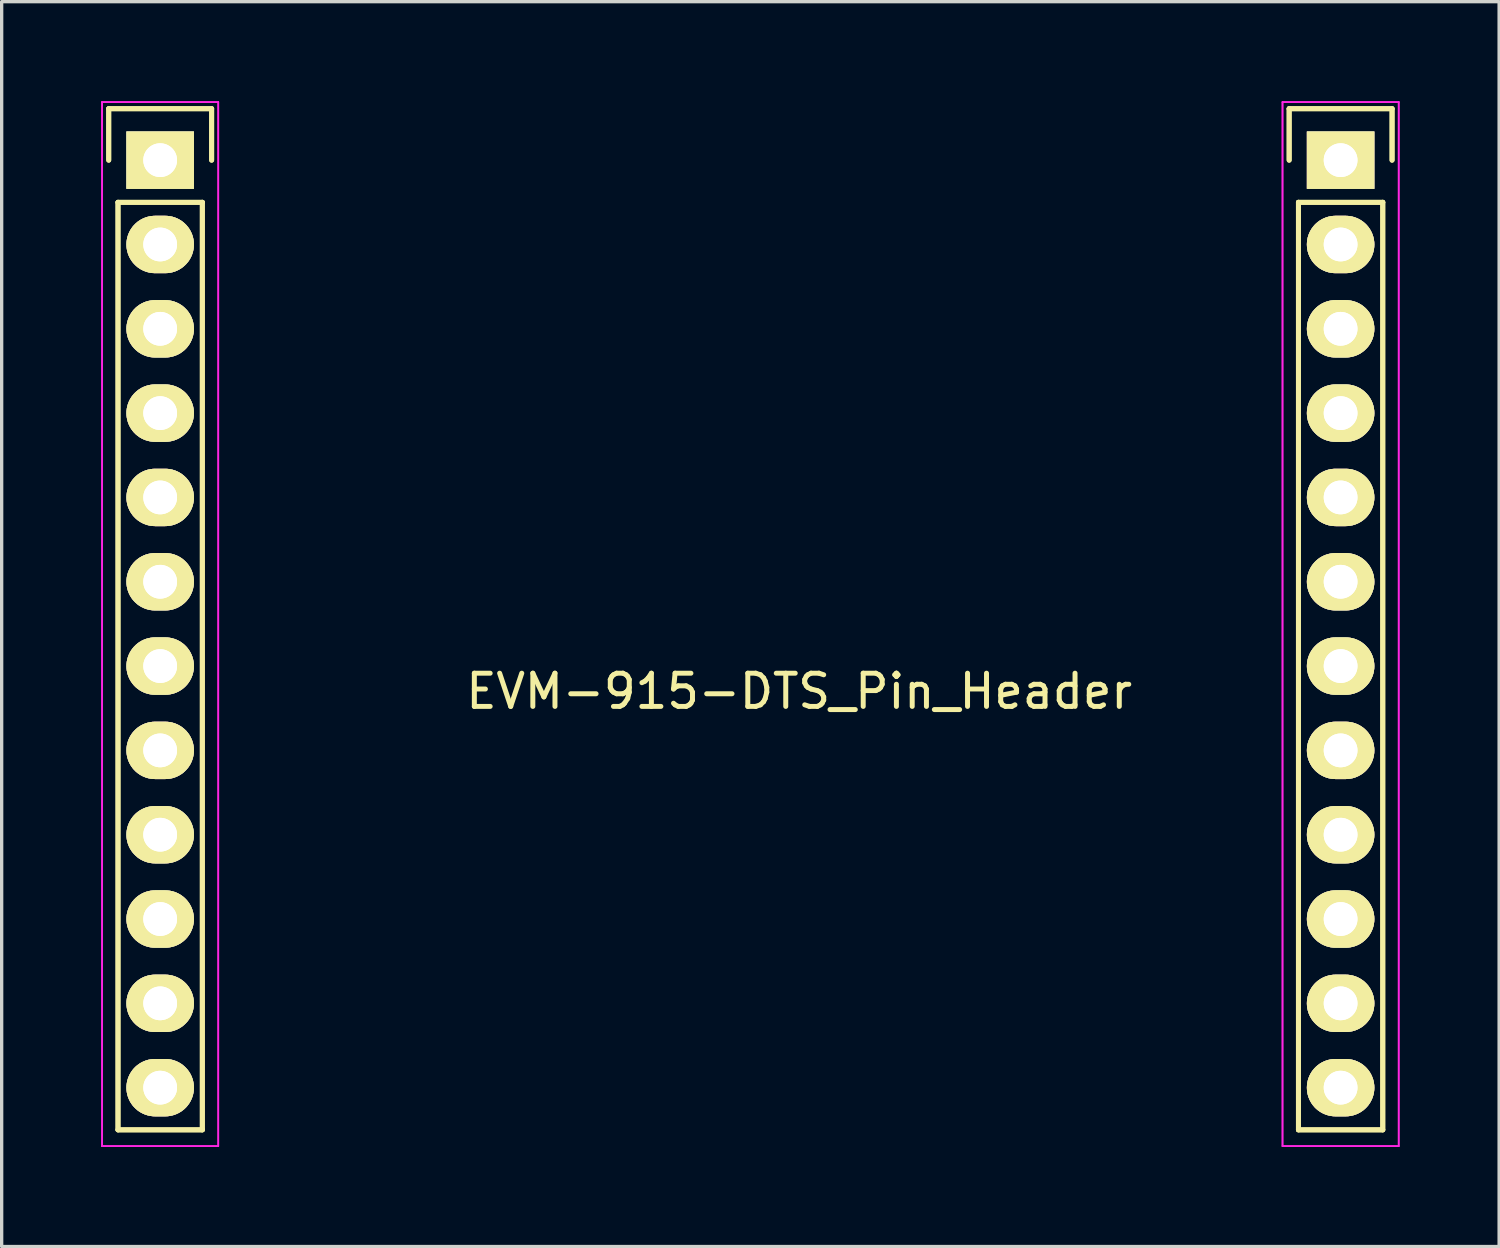
<source format=kicad_pcb>
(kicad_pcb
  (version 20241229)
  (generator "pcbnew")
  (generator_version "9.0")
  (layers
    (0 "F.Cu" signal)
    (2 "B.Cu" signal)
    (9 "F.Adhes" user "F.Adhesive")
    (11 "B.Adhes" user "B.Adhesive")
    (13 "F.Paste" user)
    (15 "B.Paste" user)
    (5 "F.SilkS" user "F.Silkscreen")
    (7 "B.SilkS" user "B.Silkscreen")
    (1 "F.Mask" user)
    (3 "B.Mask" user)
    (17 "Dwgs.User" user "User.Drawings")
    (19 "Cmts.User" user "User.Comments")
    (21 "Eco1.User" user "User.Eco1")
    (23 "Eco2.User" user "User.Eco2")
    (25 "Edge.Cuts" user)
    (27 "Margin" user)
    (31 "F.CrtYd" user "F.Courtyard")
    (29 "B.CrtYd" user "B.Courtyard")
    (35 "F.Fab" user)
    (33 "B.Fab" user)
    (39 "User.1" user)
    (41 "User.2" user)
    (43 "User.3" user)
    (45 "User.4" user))
  (footprint "EVM-915-DTS_Pin_Header"
    (layer "F.Cu")
    (at 1.775 1.775)
    (property "Reference" "EVM-915-DTS_Pin_Header" (at 19.25 16 0) (layer "F.SilkS") (effects (font (size 1 1) (thickness 0.15))))
    (attr through_hole)
    (fp_line (start -1.55 -1.55) (end 1.55 -1.55) (stroke (width 0.15) (type solid)) (layer "F.SilkS"))
    (fp_line (start -1.55 -1.55) (end 1.55 -1.55) (stroke (width 0.15) (type solid)) (layer "F.SilkS"))
    (fp_line (start -1.55 0) (end -1.55 -1.55) (stroke (width 0.15) (type solid)) (layer "F.SilkS"))
    (fp_line (start -1.55 0) (end -1.55 -1.55) (stroke (width 0.15) (type solid)) (layer "F.SilkS"))
    (fp_line (start -1.27 29.21) (end -1.27 1.27) (stroke (width 0.15) (type solid)) (layer "F.SilkS"))
    (fp_line (start -1.27 29.21) (end -1.27 1.27) (stroke (width 0.15) (type solid)) (layer "F.SilkS"))
    (fp_line (start 1.27 1.27) (end -1.27 1.27) (stroke (width 0.15) (type solid)) (layer "F.SilkS"))
    (fp_line (start 1.27 1.27) (end -1.27 1.27) (stroke (width 0.15) (type solid)) (layer "F.SilkS"))
    (fp_line (start 1.27 1.27) (end 1.27 29.21) (stroke (width 0.15) (type solid)) (layer "F.SilkS"))
    (fp_line (start 1.27 1.27) (end 1.27 29.21) (stroke (width 0.15) (type solid)) (layer "F.SilkS"))
    (fp_line (start 1.27 29.21) (end -1.27 29.21) (stroke (width 0.15) (type solid)) (layer "F.SilkS"))
    (fp_line (start 1.27 29.21) (end -1.27 29.21) (stroke (width 0.15) (type solid)) (layer "F.SilkS"))
    (fp_line (start 1.55 -1.55) (end 1.55 0) (stroke (width 0.15) (type solid)) (layer "F.SilkS"))
    (fp_line (start 1.55 -1.55) (end 1.55 0) (stroke (width 0.15) (type solid)) (layer "F.SilkS"))
    (fp_line (start 34.01 -1.55) (end 37.11 -1.55) (stroke (width 0.15) (type solid)) (layer "F.SilkS"))
    (fp_line (start 34.01 -1.55) (end 37.11 -1.55) (stroke (width 0.15) (type solid)) (layer "F.SilkS"))
    (fp_line (start 34.01 0) (end 34.01 -1.55) (stroke (width 0.15) (type solid)) (layer "F.SilkS"))
    (fp_line (start 34.01 0) (end 34.01 -1.55) (stroke (width 0.15) (type solid)) (layer "F.SilkS"))
    (fp_line (start 34.29 29.21) (end 34.29 1.27) (stroke (width 0.15) (type solid)) (layer "F.SilkS"))
    (fp_line (start 34.29 29.21) (end 34.29 1.27) (stroke (width 0.15) (type solid)) (layer "F.SilkS"))
    (fp_line (start 36.83 1.27) (end 34.29 1.27) (stroke (width 0.15) (type solid)) (layer "F.SilkS"))
    (fp_line (start 36.83 1.27) (end 34.29 1.27) (stroke (width 0.15) (type solid)) (layer "F.SilkS"))
    (fp_line (start 36.83 1.27) (end 36.83 29.21) (stroke (width 0.15) (type solid)) (layer "F.SilkS"))
    (fp_line (start 36.83 1.27) (end 36.83 29.21) (stroke (width 0.15) (type solid)) (layer "F.SilkS"))
    (fp_line (start 36.83 29.21) (end 34.29 29.21) (stroke (width 0.15) (type solid)) (layer "F.SilkS"))
    (fp_line (start 36.83 29.21) (end 34.29 29.21) (stroke (width 0.15) (type solid)) (layer "F.SilkS"))
    (fp_line (start 37.11 -1.55) (end 37.11 0) (stroke (width 0.15) (type solid)) (layer "F.SilkS"))
    (fp_line (start 37.11 -1.55) (end 37.11 0) (stroke (width 0.15) (type solid)) (layer "F.SilkS"))
    (fp_line (start -1.75 -1.75) (end -1.75 29.7) (stroke (width 0.05) (type solid)) (layer "F.CrtYd"))
    (fp_line (start -1.75 -1.75) (end -1.75 29.7) (stroke (width 0.05) (type solid)) (layer "F.CrtYd"))
    (fp_line (start -1.75 -1.75) (end 1.75 -1.75) (stroke (width 0.05) (type solid)) (layer "F.CrtYd"))
    (fp_line (start -1.75 -1.75) (end 1.75 -1.75) (stroke (width 0.05) (type solid)) (layer "F.CrtYd"))
    (fp_line (start -1.75 29.7) (end 1.75 29.7) (stroke (width 0.05) (type solid)) (layer "F.CrtYd"))
    (fp_line (start -1.75 29.7) (end 1.75 29.7) (stroke (width 0.05) (type solid)) (layer "F.CrtYd"))
    (fp_line (start 1.75 -1.75) (end 1.75 29.7) (stroke (width 0.05) (type solid)) (layer "F.CrtYd"))
    (fp_line (start 1.75 -1.75) (end 1.75 29.7) (stroke (width 0.05) (type solid)) (layer "F.CrtYd"))
    (fp_line (start 33.81 -1.75) (end 33.81 29.7) (stroke (width 0.05) (type solid)) (layer "F.CrtYd"))
    (fp_line (start 33.81 -1.75) (end 33.81 29.7) (stroke (width 0.05) (type solid)) (layer "F.CrtYd"))
    (fp_line (start 33.81 -1.75) (end 37.31 -1.75) (stroke (width 0.05) (type solid)) (layer "F.CrtYd"))
    (fp_line (start 33.81 -1.75) (end 37.31 -1.75) (stroke (width 0.05) (type solid)) (layer "F.CrtYd"))
    (fp_line (start 33.81 29.7) (end 37.31 29.7) (stroke (width 0.05) (type solid)) (layer "F.CrtYd"))
    (fp_line (start 33.81 29.7) (end 37.31 29.7) (stroke (width 0.05) (type solid)) (layer "F.CrtYd"))
    (fp_line (start 37.31 -1.75) (end 37.31 29.7) (stroke (width 0.05) (type solid)) (layer "F.CrtYd"))
    (fp_line (start 37.31 -1.75) (end 37.31 29.7) (stroke (width 0.05) (type solid)) (layer "F.CrtYd"))
    (pad "1" thru_hole rect (at 0 0) (size 2.032 1.727) (drill 1.016) (layers "*.Cu" "*.Mask" "F.SilkS"))
    (pad "1" thru_hole rect (at 0 0) (size 2.032 1.727) (drill 1.016) (layers "*.Cu" "*.Mask" "F.SilkS"))
    (pad "1" thru_hole rect (at 35.56 0) (size 2.032 1.727) (drill 1.016) (layers "*.Cu" "*.Mask" "F.SilkS"))
    (pad "1" thru_hole rect (at 35.56 0) (size 2.032 1.727) (drill 1.016) (layers "*.Cu" "*.Mask" "F.SilkS"))
    (pad "2" thru_hole oval (at 0 2.54) (size 2.032 1.727) (drill 1.016) (layers "*.Cu" "*.Mask" "F.SilkS"))
    (pad "2" thru_hole oval (at 0 2.54) (size 2.032 1.727) (drill 1.016) (layers "*.Cu" "*.Mask" "F.SilkS"))
    (pad "2" thru_hole oval (at 35.56 2.54) (size 2.032 1.727) (drill 1.016) (layers "*.Cu" "*.Mask" "F.SilkS"))
    (pad "2" thru_hole oval (at 35.56 2.54) (size 2.032 1.727) (drill 1.016) (layers "*.Cu" "*.Mask" "F.SilkS"))
    (pad "3" thru_hole oval (at 0 5.08) (size 2.032 1.727) (drill 1.016) (layers "*.Cu" "*.Mask" "F.SilkS"))
    (pad "3" thru_hole oval (at 0 5.08) (size 2.032 1.727) (drill 1.016) (layers "*.Cu" "*.Mask" "F.SilkS"))
    (pad "3" thru_hole oval (at 35.56 5.08) (size 2.032 1.727) (drill 1.016) (layers "*.Cu" "*.Mask" "F.SilkS"))
    (pad "3" thru_hole oval (at 35.56 5.08) (size 2.032 1.727) (drill 1.016) (layers "*.Cu" "*.Mask" "F.SilkS"))
    (pad "4" thru_hole oval (at 0 7.62) (size 2.032 1.727) (drill 1.016) (layers "*.Cu" "*.Mask" "F.SilkS"))
    (pad "4" thru_hole oval (at 0 7.62) (size 2.032 1.727) (drill 1.016) (layers "*.Cu" "*.Mask" "F.SilkS"))
    (pad "4" thru_hole oval (at 35.56 7.62) (size 2.032 1.727) (drill 1.016) (layers "*.Cu" "*.Mask" "F.SilkS"))
    (pad "4" thru_hole oval (at 35.56 7.62) (size 2.032 1.727) (drill 1.016) (layers "*.Cu" "*.Mask" "F.SilkS"))
    (pad "5" thru_hole oval (at 0 10.16) (size 2.032 1.727) (drill 1.016) (layers "*.Cu" "*.Mask" "F.SilkS"))
    (pad "5" thru_hole oval (at 0 10.16) (size 2.032 1.727) (drill 1.016) (layers "*.Cu" "*.Mask" "F.SilkS"))
    (pad "5" thru_hole oval (at 35.56 10.16) (size 2.032 1.727) (drill 1.016) (layers "*.Cu" "*.Mask" "F.SilkS"))
    (pad "5" thru_hole oval (at 35.56 10.16) (size 2.032 1.727) (drill 1.016) (layers "*.Cu" "*.Mask" "F.SilkS"))
    (pad "6" thru_hole oval (at 0 12.7) (size 2.032 1.727) (drill 1.016) (layers "*.Cu" "*.Mask" "F.SilkS"))
    (pad "6" thru_hole oval (at 0 12.7) (size 2.032 1.727) (drill 1.016) (layers "*.Cu" "*.Mask" "F.SilkS"))
    (pad "6" thru_hole oval (at 35.56 12.7) (size 2.032 1.727) (drill 1.016) (layers "*.Cu" "*.Mask" "F.SilkS"))
    (pad "6" thru_hole oval (at 35.56 12.7) (size 2.032 1.727) (drill 1.016) (layers "*.Cu" "*.Mask" "F.SilkS"))
    (pad "7" thru_hole oval (at 0 15.24) (size 2.032 1.727) (drill 1.016) (layers "*.Cu" "*.Mask" "F.SilkS"))
    (pad "7" thru_hole oval (at 0 15.24) (size 2.032 1.727) (drill 1.016) (layers "*.Cu" "*.Mask" "F.SilkS"))
    (pad "7" thru_hole oval (at 35.56 15.24) (size 2.032 1.727) (drill 1.016) (layers "*.Cu" "*.Mask" "F.SilkS"))
    (pad "7" thru_hole oval (at 35.56 15.24) (size 2.032 1.727) (drill 1.016) (layers "*.Cu" "*.Mask" "F.SilkS"))
    (pad "8" thru_hole oval (at 0 17.78) (size 2.032 1.727) (drill 1.016) (layers "*.Cu" "*.Mask" "F.SilkS"))
    (pad "8" thru_hole oval (at 0 17.78) (size 2.032 1.727) (drill 1.016) (layers "*.Cu" "*.Mask" "F.SilkS"))
    (pad "8" thru_hole oval (at 35.56 17.78) (size 2.032 1.727) (drill 1.016) (layers "*.Cu" "*.Mask" "F.SilkS"))
    (pad "8" thru_hole oval (at 35.56 17.78) (size 2.032 1.727) (drill 1.016) (layers "*.Cu" "*.Mask" "F.SilkS"))
    (pad "9" thru_hole oval (at 0 20.32) (size 2.032 1.727) (drill 1.016) (layers "*.Cu" "*.Mask" "F.SilkS"))
    (pad "9" thru_hole oval (at 0 20.32) (size 2.032 1.727) (drill 1.016) (layers "*.Cu" "*.Mask" "F.SilkS"))
    (pad "9" thru_hole oval (at 35.56 20.32) (size 2.032 1.727) (drill 1.016) (layers "*.Cu" "*.Mask" "F.SilkS"))
    (pad "9" thru_hole oval (at 35.56 20.32) (size 2.032 1.727) (drill 1.016) (layers "*.Cu" "*.Mask" "F.SilkS"))
    (pad "10" thru_hole oval (at 0 22.86) (size 2.032 1.727) (drill 1.016) (layers "*.Cu" "*.Mask" "F.SilkS"))
    (pad "10" thru_hole oval (at 0 22.86) (size 2.032 1.727) (drill 1.016) (layers "*.Cu" "*.Mask" "F.SilkS"))
    (pad "10" thru_hole oval (at 35.56 22.86) (size 2.032 1.727) (drill 1.016) (layers "*.Cu" "*.Mask" "F.SilkS"))
    (pad "10" thru_hole oval (at 35.56 22.86) (size 2.032 1.727) (drill 1.016) (layers "*.Cu" "*.Mask" "F.SilkS"))
    (pad "11" thru_hole oval (at 0 25.4) (size 2.032 1.727) (drill 1.016) (layers "*.Cu" "*.Mask" "F.SilkS"))
    (pad "11" thru_hole oval (at 0 25.4) (size 2.032 1.727) (drill 1.016) (layers "*.Cu" "*.Mask" "F.SilkS"))
    (pad "11" thru_hole oval (at 35.56 25.4) (size 2.032 1.727) (drill 1.016) (layers "*.Cu" "*.Mask" "F.SilkS"))
    (pad "11" thru_hole oval (at 35.56 25.4) (size 2.032 1.727) (drill 1.016) (layers "*.Cu" "*.Mask" "F.SilkS"))
    (pad "12" thru_hole oval (at 0 27.94) (size 2.032 1.727) (drill 1.016) (layers "*.Cu" "*.Mask" "F.SilkS"))
    (pad "12" thru_hole oval (at 0 27.94) (size 2.032 1.727) (drill 1.016) (layers "*.Cu" "*.Mask" "F.SilkS"))
    (pad "12" thru_hole oval (at 35.56 27.94) (size 2.032 1.727) (drill 1.016) (layers "*.Cu" "*.Mask" "F.SilkS"))
    (pad "12" thru_hole oval (at 35.56 27.94) (size 2.032 1.727) (drill 1.016) (layers "*.Cu" "*.Mask" "F.SilkS")))
  (gr_rect
    (start -3 -3)
    (end 42.11 34.5)
    (stroke (width 0.1) (type default))
    (fill no)
    (layer "Edge.Cuts")))
</source>
